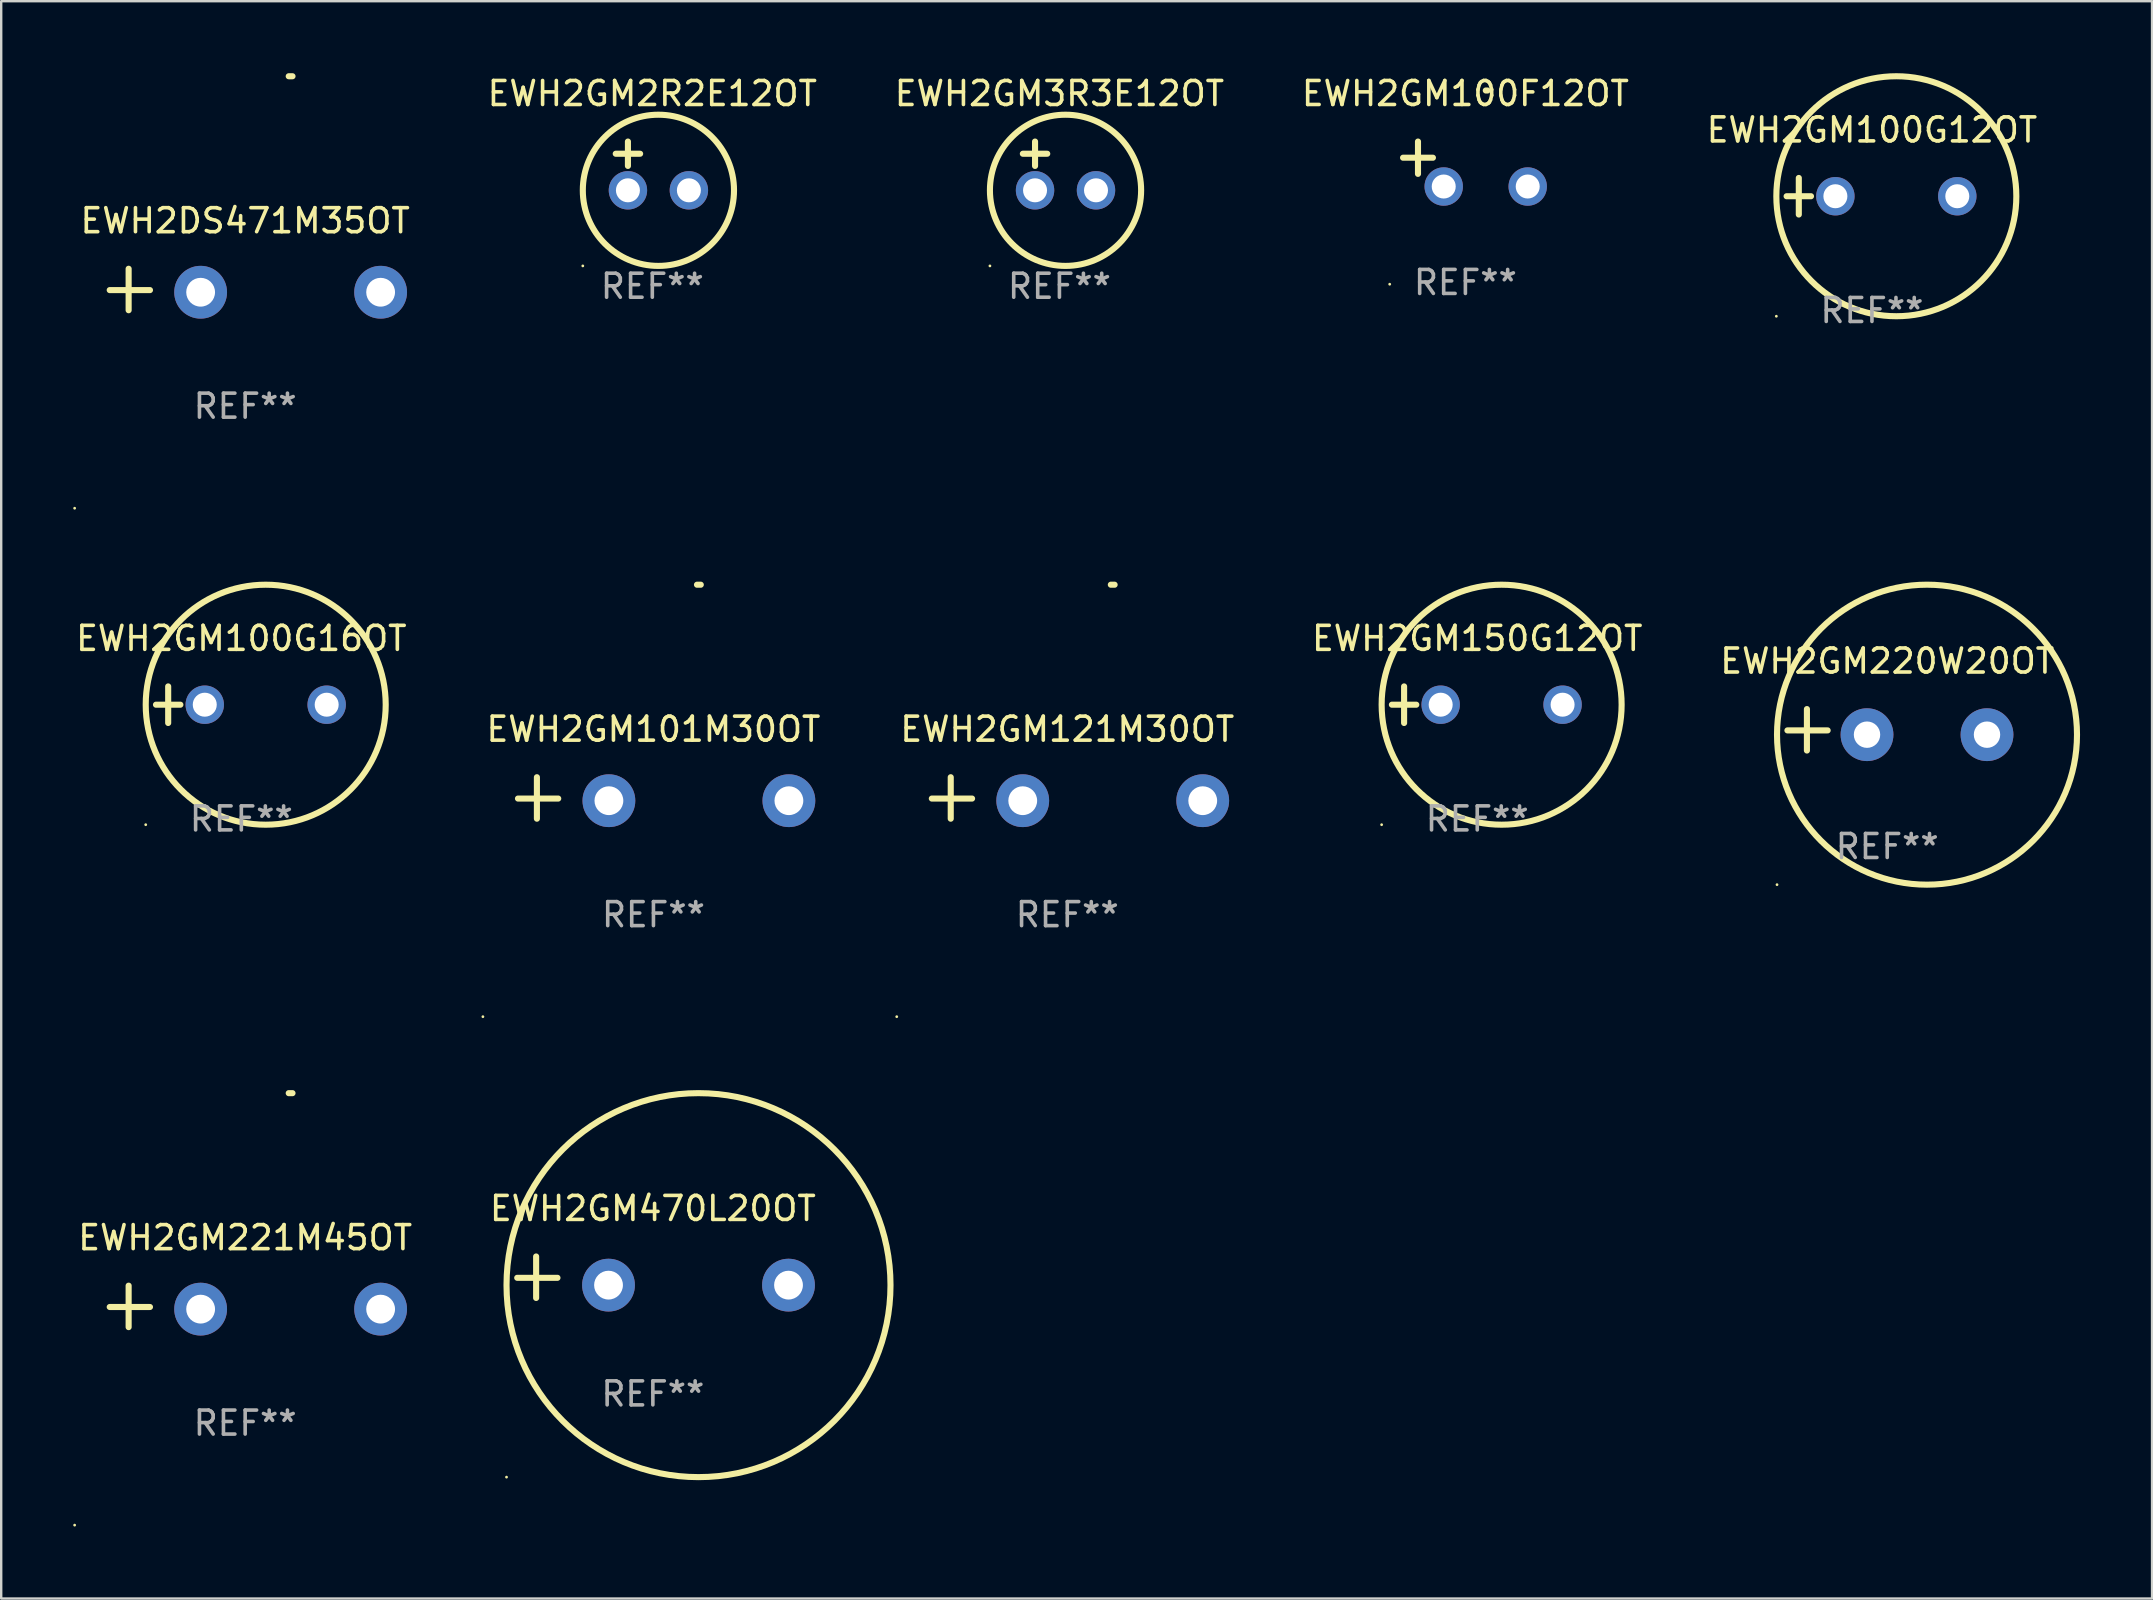
<source format=kicad_pcb>
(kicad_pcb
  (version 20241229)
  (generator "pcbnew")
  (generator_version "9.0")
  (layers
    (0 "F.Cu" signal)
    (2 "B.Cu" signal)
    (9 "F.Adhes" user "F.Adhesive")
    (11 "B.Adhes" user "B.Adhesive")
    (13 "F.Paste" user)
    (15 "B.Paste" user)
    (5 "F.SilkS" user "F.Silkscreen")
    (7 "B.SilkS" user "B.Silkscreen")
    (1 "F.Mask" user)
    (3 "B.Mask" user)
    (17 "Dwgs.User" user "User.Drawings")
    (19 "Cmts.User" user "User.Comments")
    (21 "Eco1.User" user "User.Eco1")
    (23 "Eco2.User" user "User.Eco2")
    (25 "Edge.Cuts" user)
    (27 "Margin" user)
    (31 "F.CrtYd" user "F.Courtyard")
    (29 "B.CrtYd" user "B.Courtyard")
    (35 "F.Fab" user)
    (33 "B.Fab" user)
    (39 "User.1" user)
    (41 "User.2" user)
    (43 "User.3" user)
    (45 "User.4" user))
  (footprint "EWH2DS471M35OT"
    (layer "F.Cu")
    (at 7.166 9.013)
    (property "Reference" "EWH2DS471M35OT" (at 0 -2.864 0) (layer "F.SilkS") (effects (font (size 1 1) (thickness 0.15))))
    (attr through_hole)
    (fp_line (start -4.856 0.864) (end -4.856 -0.864) (stroke (width 0.254) (type solid)) (layer "F.SilkS"))
    (fp_line (start -3.967 0.025) (end -5.644 0.025) (stroke (width 0.254) (type solid)) (layer "F.SilkS"))
    (fp_arc (start 1.815024 -8.885649) (mid 1.893764 -8.88599) (end 1.972504 -8.885649) (stroke (width 0.254001) (type solid)) (layer "F.SilkS"))
    (fp_circle (center -7.106 9.114) (end -7.076 9.114) (stroke (width 0.06) (type solid)) (fill no) (layer "F.SilkS"))
    (fp_text user "REF**" (at 0 4.864 0) (layer "F.Fab") (effects (font (size 1 1) (thickness 0.15))))
    (pad "1" thru_hole circle (at -1.856 0.114) (size 2.2 2.2) (drill 1.2) (layers "*.Cu" "*.Mask"))
    (pad "2" thru_hole circle (at 5.644 0.114) (size 2.2 2.2) (drill 1.2) (layers "*.Cu" "*.Mask")))
  (footprint "EWH2GM470L20OT"
    (layer "F.Cu")
    (at 24.154 50.17)
    (property "Reference" "EWH2GM470L20OT" (at 0 -2.864 0) (layer "F.SilkS") (effects (font (size 1 1) (thickness 0.15))))
    (attr through_hole)
    (fp_line (start -4.864 0.864) (end -4.864 -0.864) (stroke (width 0.254) (type solid)) (layer "F.SilkS"))
    (fp_line (start -3.975 0.025) (end -5.652 0.025) (stroke (width 0.254) (type solid)) (layer "F.SilkS"))
    (fp_circle (center -6.098 8.33) (end -6.068 8.33) (stroke (width 0.06) (type solid)) (fill no) (layer "F.SilkS"))
    (fp_circle (center 1.902 0.33) (end 9.902 0.33) (stroke (width 0.254) (type solid)) (fill no) (layer "F.SilkS"))
    (fp_text user "REF**" (at 0 4.864 0) (layer "F.Fab") (effects (font (size 1 1) (thickness 0.15))))
    (pad "1" thru_hole circle (at -1.848 0.33) (size 2.2 2.2) (drill 1.2) (layers "*.Cu" "*.Mask"))
    (pad "2" thru_hole circle (at 5.652 0.33) (size 2.2 2.2) (drill 1.2) (layers "*.Cu" "*.Mask")))
  (footprint "EWH2GM2R2E12OT"
    (layer "F.Cu")
    (at 24.131 3.864)
    (property "Reference" "EWH2GM2R2E12OT" (at 0 -3.016 0) (layer "F.SilkS") (effects (font (size 1 1) (thickness 0.15))))
    (attr through_hole)
    (fp_line (start -1.524 -0.508) (end -0.508 -0.508) (stroke (width 0.254) (type solid)) (layer "F.SilkS"))
    (fp_line (start -1.016 -1.016) (end -1.016 0) (stroke (width 0.254) (type solid)) (layer "F.SilkS"))
    (fp_circle (center -2.896 4.166) (end -2.866 4.166) (stroke (width 0.06) (type solid)) (fill no) (layer "F.SilkS"))
    (fp_circle (center 0.254 1.016) (end 3.404 1.016) (stroke (width 0.254) (type solid)) (fill no) (layer "F.SilkS"))
    (fp_text user "REF**" (at 0 5.016 0) (layer "F.Fab") (effects (font (size 1 1) (thickness 0.15))))
    (pad "1" thru_hole circle (at -1.016 1.016) (size 1.6 1.6) (drill 1) (layers "*.Cu" "*.Mask"))
    (pad "2" thru_hole circle (at 1.524 1.016) (size 1.6 1.6) (drill 1) (layers "*.Cu" "*.Mask")))
  (footprint "EWH2GM100F12OT"
    (layer "F.Cu")
    (at 58.011 3.785)
    (property "Reference" "EWH2GM100F12OT" (at 0 -2.937 0) (layer "F.SilkS") (effects (font (size 1 1) (thickness 0.15))))
    (attr through_hole)
    (fp_line (start -1.975 0.41) (end -1.975 -0.937) (stroke (width 0.254) (type solid)) (layer "F.SilkS"))
    (fp_line (start -1.353 -0.263) (end -2.597 -0.263) (stroke (width 0.254) (type solid)) (layer "F.SilkS"))
    (fp_arc (start 0.849809 -3.063957) (mid 0.885369 -3.064114) (end 0.920929 -3.063957) (stroke (width 0.254001) (type solid)) (layer "F.SilkS"))
    (fp_circle (center -3.154 5.008) (end -3.124 5.008) (stroke (width 0.06) (type solid)) (fill no) (layer "F.SilkS"))
    (fp_text user "REF**" (at 0 4.937 0) (layer "F.Fab") (effects (font (size 1 1) (thickness 0.15))))
    (pad "1" thru_hole circle (at -0.903 0.937) (size 1.6 1.6) (drill 1) (layers "*.Cu" "*.Mask"))
    (pad "2" thru_hole circle (at 2.597 0.937) (size 1.6 1.6) (drill 1) (layers "*.Cu" "*.Mask")))
  (footprint "EWH2GM150G12OT"
    (layer "F.Cu")
    (at 58.505 26.314)
    (property "Reference" "EWH2GM150G12OT" (at 0 -2.762 0) (layer "F.SilkS") (effects (font (size 1 1) (thickness 0.15))))
    (attr through_hole)
    (fp_line (start -3.556 0) (end -2.54 0) (stroke (width 0.254) (type solid)) (layer "F.SilkS"))
    (fp_line (start -3.048 -0.762) (end -3.048 0.762) (stroke (width 0.254) (type solid)) (layer "F.SilkS"))
    (fp_circle (center -3.984 5) (end -3.954 5) (stroke (width 0.06) (type solid)) (fill no) (layer "F.SilkS"))
    (fp_circle (center 1.016 0) (end 6.016 0) (stroke (width 0.254) (type solid)) (fill no) (layer "F.SilkS"))
    (fp_text user "REF**" (at 0 4.762 0) (layer "F.Fab") (effects (font (size 1 1) (thickness 0.15))))
    (pad "1" thru_hole circle (at -1.524 0) (size 1.6 1.6) (drill 1) (layers "*.Cu" "*.Mask"))
    (pad "2" thru_hole circle (at 3.556 0) (size 1.6 1.6) (drill 1) (layers "*.Cu" "*.Mask")))
  (footprint "EWH2GM3R3E12OT"
    (layer "F.Cu")
    (at 41.095 3.864)
    (property "Reference" "EWH2GM3R3E12OT" (at 0 -3.016 0) (layer "F.SilkS") (effects (font (size 1 1) (thickness 0.15))))
    (attr through_hole)
    (fp_line (start -1.524 -0.508) (end -0.508 -0.508) (stroke (width 0.254) (type solid)) (layer "F.SilkS"))
    (fp_line (start -1.016 -1.016) (end -1.016 0) (stroke (width 0.254) (type solid)) (layer "F.SilkS"))
    (fp_circle (center -2.896 4.166) (end -2.866 4.166) (stroke (width 0.06) (type solid)) (fill no) (layer "F.SilkS"))
    (fp_circle (center 0.254 1.016) (end 3.404 1.016) (stroke (width 0.254) (type solid)) (fill no) (layer "F.SilkS"))
    (fp_text user "REF**" (at 0 5.016 0) (layer "F.Fab") (effects (font (size 1 1) (thickness 0.15))))
    (pad "1" thru_hole circle (at -1.016 1.016) (size 1.6 1.6) (drill 1) (layers "*.Cu" "*.Mask"))
    (pad "2" thru_hole circle (at 1.524 1.016) (size 1.6 1.6) (drill 1) (layers "*.Cu" "*.Mask")))
  (footprint "EWH2GM101M30OT"
    (layer "F.Cu")
    (at 24.178 30.2)
    (property "Reference" "EWH2GM101M30OT" (at 0 -2.864 0) (layer "F.SilkS") (effects (font (size 1 1) (thickness 0.15))))
    (attr through_hole)
    (fp_line (start -4.856 0.864) (end -4.856 -0.864) (stroke (width 0.254) (type solid)) (layer "F.SilkS"))
    (fp_line (start -3.967 0.025) (end -5.644 0.025) (stroke (width 0.254) (type solid)) (layer "F.SilkS"))
    (fp_arc (start 1.815024 -8.885649) (mid 1.893764 -8.88599) (end 1.972504 -8.885649) (stroke (width 0.254001) (type solid)) (layer "F.SilkS"))
    (fp_circle (center -7.106 9.114) (end -7.076 9.114) (stroke (width 0.06) (type solid)) (fill no) (layer "F.SilkS"))
    (fp_text user "REF**" (at 0 4.864 0) (layer "F.Fab") (effects (font (size 1 1) (thickness 0.15))))
    (pad "1" thru_hole circle (at -1.856 0.114) (size 2.2 2.2) (drill 1.2) (layers "*.Cu" "*.Mask"))
    (pad "2" thru_hole circle (at 5.644 0.114) (size 2.2 2.2) (drill 1.2) (layers "*.Cu" "*.Mask")))
  (footprint "EWH2GM220W20OT"
    (layer "F.Cu")
    (at 75.588 27.36)
    (property "Reference" "EWH2GM220W20OT" (at 0 -2.864 0) (layer "F.SilkS") (effects (font (size 1 1) (thickness 0.15))))
    (attr through_hole)
    (fp_line (start -3.346 0.864) (end -3.346 -0.864) (stroke (width 0.254) (type solid)) (layer "F.SilkS"))
    (fp_line (start -2.482 0.025) (end -4.158 0.025) (stroke (width 0.254) (type solid)) (layer "F.SilkS"))
    (fp_circle (center -4.592 6.453) (end -4.562 6.453) (stroke (width 0.06) (type solid)) (fill no) (layer "F.SilkS"))
    (fp_circle (center 1.658 0.203) (end 7.908 0.203) (stroke (width 0.254) (type solid)) (fill no) (layer "F.SilkS"))
    (fp_text user "REF**" (at 0 4.864 0) (layer "F.Fab") (effects (font (size 1 1) (thickness 0.15))))
    (pad "1" thru_hole circle (at -0.842 0.203) (size 2.2 2.2) (drill 1.1) (layers "*.Cu" "*.Mask"))
    (pad "2" thru_hole circle (at 4.158 0.203) (size 2.2 2.2) (drill 1.1) (layers "*.Cu" "*.Mask")))
  (footprint "EWH2GM221M45OT"
    (layer "F.Cu")
    (at 7.166 51.386)
    (property "Reference" "EWH2GM221M45OT" (at 0 -2.864 0) (layer "F.SilkS") (effects (font (size 1 1) (thickness 0.15))))
    (attr through_hole)
    (fp_line (start -4.856 0.864) (end -4.856 -0.864) (stroke (width 0.254) (type solid)) (layer "F.SilkS"))
    (fp_line (start -3.967 0.025) (end -5.644 0.025) (stroke (width 0.254) (type solid)) (layer "F.SilkS"))
    (fp_arc (start 1.815024 -8.885649) (mid 1.893764 -8.88599) (end 1.972504 -8.885649) (stroke (width 0.254001) (type solid)) (layer "F.SilkS"))
    (fp_circle (center -7.106 9.114) (end -7.076 9.114) (stroke (width 0.06) (type solid)) (fill no) (layer "F.SilkS"))
    (fp_text user "REF**" (at 0 4.864 0) (layer "F.Fab") (effects (font (size 1 1) (thickness 0.15))))
    (pad "1" thru_hole circle (at -1.856 0.114) (size 2.2 2.2) (drill 1.2) (layers "*.Cu" "*.Mask"))
    (pad "2" thru_hole circle (at 5.644 0.114) (size 2.2 2.2) (drill 1.2) (layers "*.Cu" "*.Mask")))
  (footprint "EWH2GM100G16OT"
    (layer "F.Cu")
    (at 7.006 26.314)
    (property "Reference" "EWH2GM100G16OT" (at 0 -2.762 0) (layer "F.SilkS") (effects (font (size 1 1) (thickness 0.15))))
    (attr through_hole)
    (fp_line (start -3.556 0) (end -2.54 0) (stroke (width 0.254) (type solid)) (layer "F.SilkS"))
    (fp_line (start -3.048 -0.762) (end -3.048 0.762) (stroke (width 0.254) (type solid)) (layer "F.SilkS"))
    (fp_circle (center -3.984 5) (end -3.954 5) (stroke (width 0.06) (type solid)) (fill no) (layer "F.SilkS"))
    (fp_circle (center 1.016 0) (end 6.016 0) (stroke (width 0.254) (type solid)) (fill no) (layer "F.SilkS"))
    (fp_text user "REF**" (at 0 4.762 0) (layer "F.Fab") (effects (font (size 1 1) (thickness 0.15))))
    (pad "1" thru_hole circle (at -1.524 0) (size 1.6 1.6) (drill 1) (layers "*.Cu" "*.Mask"))
    (pad "2" thru_hole circle (at 3.556 0) (size 1.6 1.6) (drill 1) (layers "*.Cu" "*.Mask")))
  (footprint "EWH2GM121M30OT"
    (layer "F.Cu")
    (at 41.422 30.2)
    (property "Reference" "EWH2GM121M30OT" (at 0 -2.864 0) (layer "F.SilkS") (effects (font (size 1 1) (thickness 0.15))))
    (attr through_hole)
    (fp_line (start -4.856 0.864) (end -4.856 -0.864) (stroke (width 0.254) (type solid)) (layer "F.SilkS"))
    (fp_line (start -3.967 0.025) (end -5.644 0.025) (stroke (width 0.254) (type solid)) (layer "F.SilkS"))
    (fp_arc (start 1.815024 -8.885649) (mid 1.893764 -8.88599) (end 1.972504 -8.885649) (stroke (width 0.254001) (type solid)) (layer "F.SilkS"))
    (fp_circle (center -7.106 9.114) (end -7.076 9.114) (stroke (width 0.06) (type solid)) (fill no) (layer "F.SilkS"))
    (fp_text user "REF**" (at 0 4.864 0) (layer "F.Fab") (effects (font (size 1 1) (thickness 0.15))))
    (pad "1" thru_hole circle (at -1.856 0.114) (size 2.2 2.2) (drill 1.2) (layers "*.Cu" "*.Mask"))
    (pad "2" thru_hole circle (at 5.644 0.114) (size 2.2 2.2) (drill 1.2) (layers "*.Cu" "*.Mask")))
  (footprint "EWH2GM100G12OT"
    (layer "F.Cu")
    (at 74.952 5.127)
    (property "Reference" "EWH2GM100G12OT" (at 0 -2.762 0) (layer "F.SilkS") (effects (font (size 1 1) (thickness 0.15))))
    (attr through_hole)
    (fp_line (start -3.556 0) (end -2.54 0) (stroke (width 0.254) (type solid)) (layer "F.SilkS"))
    (fp_line (start -3.048 -0.762) (end -3.048 0.762) (stroke (width 0.254) (type solid)) (layer "F.SilkS"))
    (fp_circle (center -3.984 5) (end -3.954 5) (stroke (width 0.06) (type solid)) (fill no) (layer "F.SilkS"))
    (fp_circle (center 1.016 0) (end 6.016 0) (stroke (width 0.254) (type solid)) (fill no) (layer "F.SilkS"))
    (fp_text user "REF**" (at 0 4.762 0) (layer "F.Fab") (effects (font (size 1 1) (thickness 0.15))))
    (pad "1" thru_hole circle (at -1.524 0) (size 1.6 1.6) (drill 1) (layers "*.Cu" "*.Mask"))
    (pad "2" thru_hole circle (at 3.556 0) (size 1.6 1.6) (drill 1) (layers "*.Cu" "*.Mask")))
  (gr_rect
    (start -3 -3)
    (end 86.624 63.56)
    (stroke (width 0.1) (type default))
    (fill no)
    (layer "Edge.Cuts")))
</source>
